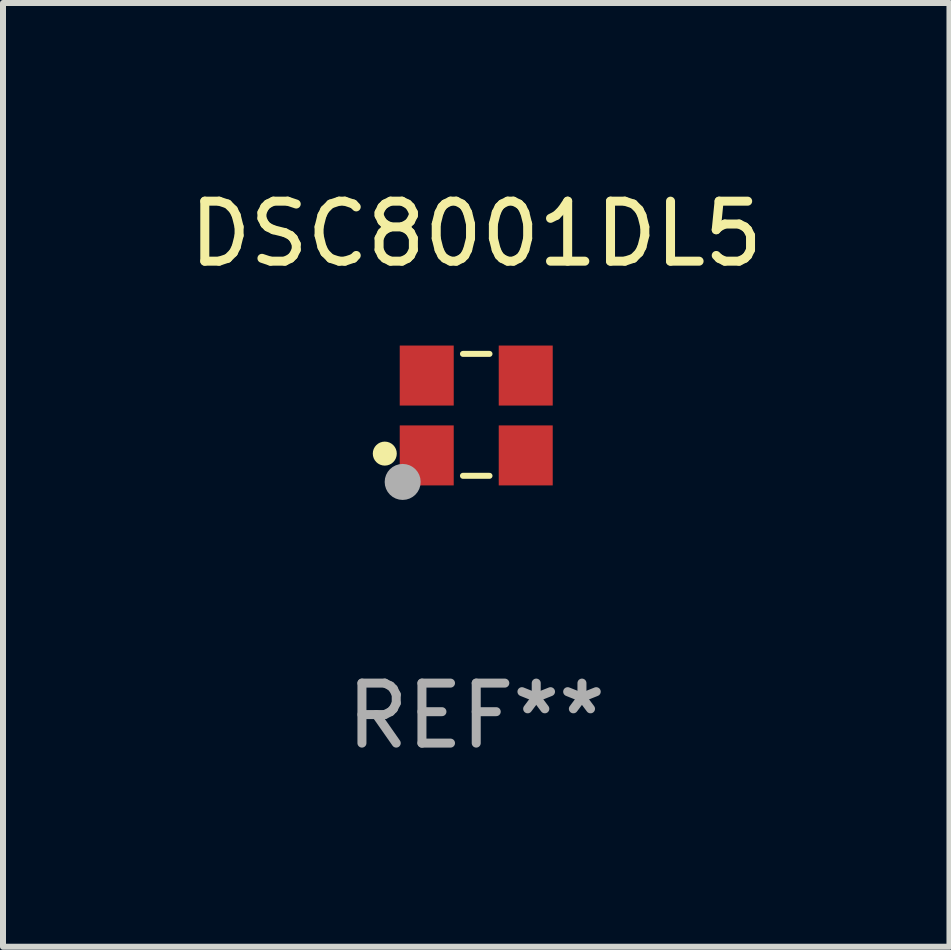
<source format=kicad_pcb>
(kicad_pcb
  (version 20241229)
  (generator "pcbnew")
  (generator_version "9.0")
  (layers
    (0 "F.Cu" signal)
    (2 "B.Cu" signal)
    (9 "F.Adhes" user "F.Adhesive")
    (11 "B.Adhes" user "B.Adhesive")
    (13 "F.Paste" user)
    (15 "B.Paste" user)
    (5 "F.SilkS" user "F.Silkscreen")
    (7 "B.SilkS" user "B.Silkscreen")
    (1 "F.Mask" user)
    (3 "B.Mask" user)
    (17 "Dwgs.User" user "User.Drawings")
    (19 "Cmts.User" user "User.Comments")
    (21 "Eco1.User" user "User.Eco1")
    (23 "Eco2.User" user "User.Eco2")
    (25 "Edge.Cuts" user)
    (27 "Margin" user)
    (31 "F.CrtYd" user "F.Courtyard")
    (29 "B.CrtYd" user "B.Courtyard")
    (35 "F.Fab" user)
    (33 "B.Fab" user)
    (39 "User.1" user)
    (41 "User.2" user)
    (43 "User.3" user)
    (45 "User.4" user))
  (footprint "DSC8001DL5"
    (layer "F.Cu")
    (at 4.887 3.864)
    (property "Reference" "DSC8001DL5" (at 0 -3.016 0) (layer "F.SilkS") (effects (font (size 1 1) (thickness 0.15))))
    (attr through_hole)
    (fp_line (start -0.221 -1.016) (end 0.221 -1.016) (stroke (width 0.1) (type solid)) (layer "F.SilkS"))
    (fp_line (start -0.221 1.016) (end 0.221 1.016) (stroke (width 0.1) (type solid)) (layer "F.SilkS"))
    (fp_circle (center -1.524 0.646) (end -1.424 0.646) (stroke (width 0.2) (type solid)) (fill no) (layer "F.SilkS"))
    (fp_circle (center -1.25 1) (end -1.22 1) (stroke (width 0.06) (type solid)) (fill no) (layer "F.SilkS"))
    (fp_circle (center -1.226 1.118) (end -1.076 1.118) (stroke (width 0.3) (type solid)) (fill no) (layer "F.Fab"))
    (fp_text user "REF**" (at 0 5.016 0) (layer "F.Fab") (effects (font (size 1 1) (thickness 0.15))))
    (pad "1" smd rect (at -0.825 0.676) (size 0.9 1) (layers "F.Cu" "F.Mask" "F.Paste"))
    (pad "2" smd rect (at 0.825 0.676) (size 0.9 1) (layers "F.Cu" "F.Mask" "F.Paste"))
    (pad "3" smd rect (at 0.825 -0.655) (size 0.9 1) (layers "F.Cu" "F.Mask" "F.Paste"))
    (pad "4" smd rect (at -0.825 -0.655) (size 0.9 1) (layers "F.Cu" "F.Mask" "F.Paste")))
  (gr_rect
    (start -3 -3)
    (end 12.774 12.729)
    (stroke (width 0.1) (type default))
    (fill no)
    (layer "Edge.Cuts")))
</source>
